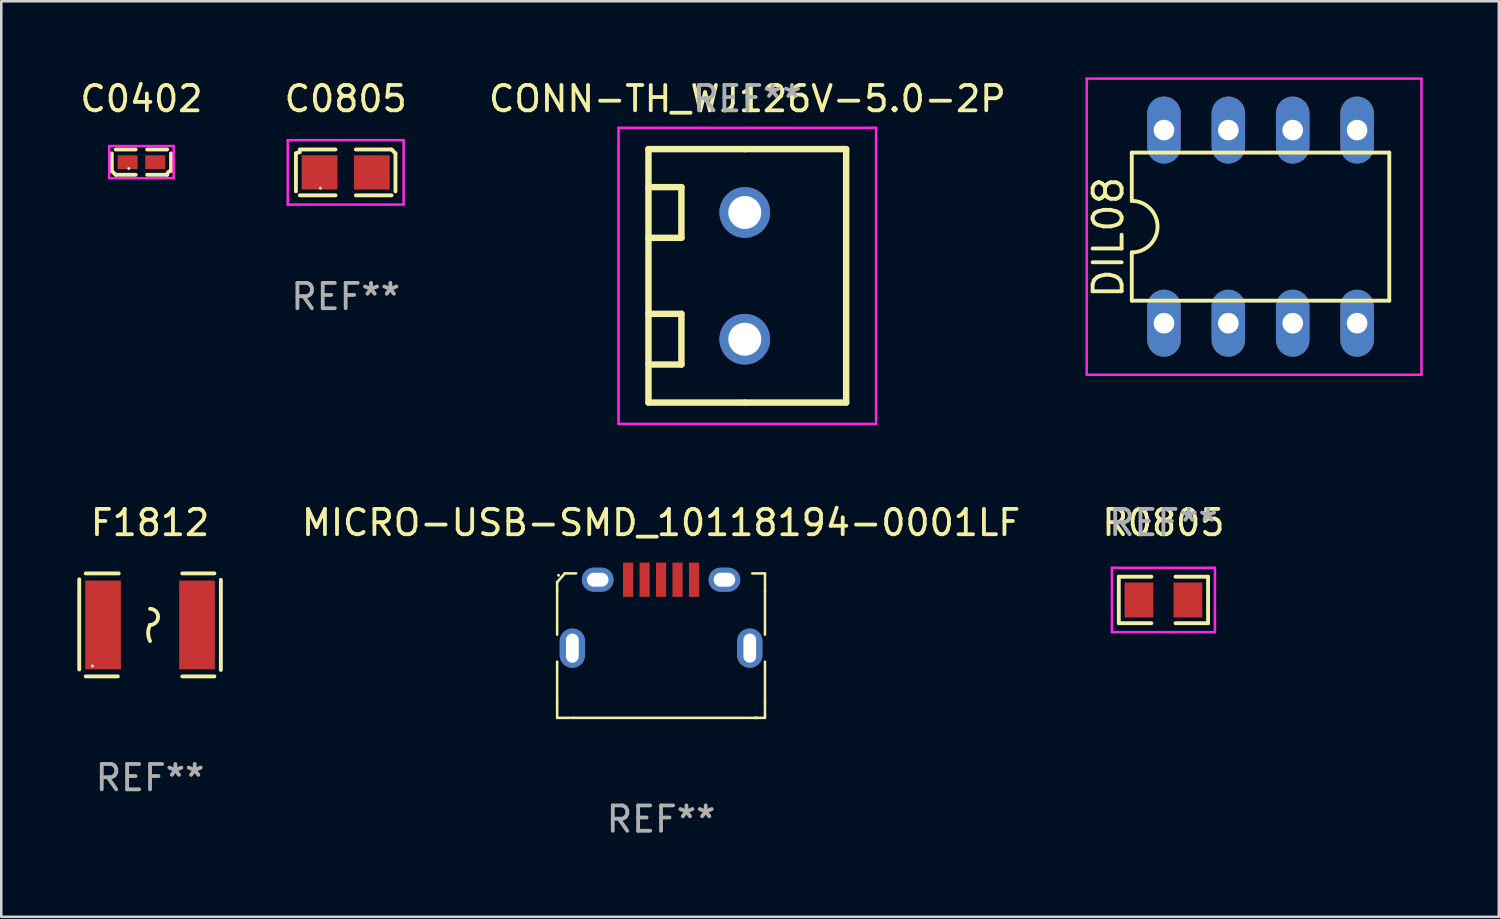
<source format=kicad_pcb>
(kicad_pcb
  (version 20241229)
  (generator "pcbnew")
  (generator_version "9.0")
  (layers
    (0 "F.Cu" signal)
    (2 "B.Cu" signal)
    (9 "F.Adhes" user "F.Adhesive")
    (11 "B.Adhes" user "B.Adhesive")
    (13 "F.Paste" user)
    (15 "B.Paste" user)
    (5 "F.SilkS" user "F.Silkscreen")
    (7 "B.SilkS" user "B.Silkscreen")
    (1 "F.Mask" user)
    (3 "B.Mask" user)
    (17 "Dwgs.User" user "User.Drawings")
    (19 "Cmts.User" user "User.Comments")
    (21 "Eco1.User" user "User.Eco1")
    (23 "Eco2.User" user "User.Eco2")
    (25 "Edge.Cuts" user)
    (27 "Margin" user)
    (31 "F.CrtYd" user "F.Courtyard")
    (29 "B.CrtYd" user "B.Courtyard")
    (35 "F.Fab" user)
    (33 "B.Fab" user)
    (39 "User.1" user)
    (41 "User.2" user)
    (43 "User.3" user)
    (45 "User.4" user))
  (footprint "DIL08"
    (layer "F.Cu")
    (at 46.684 5.892)
    (property "Reference" "DIL08" (at -5.334 2.921 90) (layer "F.SilkS") (effects (font (size 1.143 1.143) (thickness 0.152)) (justify left bottom)))
    (fp_line (start -5.08 -2.921) (end -5.08 -1.016) (stroke (width 0.152) (type solid)) (layer "F.SilkS"))
    (fp_line (start -5.08 2.921) (end -5.08 1.016) (stroke (width 0.152) (type solid)) (layer "F.SilkS"))
    (fp_line (start -5.08 2.921) (end 5.08 2.921) (stroke (width 0.152) (type solid)) (layer "F.SilkS"))
    (fp_line (start 5.08 -2.921) (end -5.08 -2.921) (stroke (width 0.152) (type solid)) (layer "F.SilkS"))
    (fp_line (start 5.08 -2.921) (end 5.08 2.921) (stroke (width 0.152) (type solid)) (layer "F.SilkS"))
    (fp_arc (start -5.08 -1.016) (mid -4.064 0) (end -5.08 1.016) (stroke (width 0.1524) (type solid)) (layer "F.SilkS"))
    (fp_line (start -6.858 -5.842) (end 6.35 -5.842) (stroke (width 0.1) (type solid)) (layer "F.CrtYd"))
    (fp_line (start -6.858 5.842) (end -6.858 -5.842) (stroke (width 0.1) (type solid)) (layer "F.CrtYd"))
    (fp_line (start 6.35 -5.842) (end 6.35 5.842) (stroke (width 0.1) (type solid)) (layer "F.CrtYd"))
    (fp_line (start 6.35 5.842) (end -6.858 5.842) (stroke (width 0.1) (type solid)) (layer "F.CrtYd"))
    (pad "1" thru_hole oval (at -3.81 3.81 90) (size 2.642 1.321) (drill 0.813) (layers "*.Cu" "*.Mask"))
    (pad "2" thru_hole oval (at -1.27 3.81 90) (size 2.642 1.321) (drill 0.813) (layers "*.Cu" "*.Mask"))
    (pad "3" thru_hole oval (at 1.27 3.81 90) (size 2.642 1.321) (drill 0.813) (layers "*.Cu" "*.Mask"))
    (pad "4" thru_hole oval (at 3.81 3.81 90) (size 2.642 1.321) (drill 0.813) (layers "*.Cu" "*.Mask"))
    (pad "5" thru_hole oval (at 3.81 -3.81 90) (size 2.642 1.321) (drill 0.813) (layers "*.Cu" "*.Mask"))
    (pad "6" thru_hole oval (at 1.27 -3.81 90) (size 2.642 1.321) (drill 0.813) (layers "*.Cu" "*.Mask"))
    (pad "7" thru_hole oval (at -1.27 -3.81 90) (size 2.642 1.321) (drill 0.813) (layers "*.Cu" "*.Mask"))
    (pad "8" thru_hole oval (at -3.81 -3.81 90) (size 2.642 1.321) (drill 0.813) (layers "*.Cu" "*.Mask")))
  (footprint "CONN-TH_WJ126V-5.0-2P"
    (layer "F.Cu")
    (at 26.335 7.833)
    (property "Reference" "CONN-TH_WJ126V-5.0-2P" (at 0.1 -6.985 0) (layer "F.SilkS") (effects (font (size 1 1) (thickness 0.15))))
    (attr through_hole)
    (fp_line (start -3.8 -5) (end 0 -5) (stroke (width 0.254) (type solid)) (layer "F.SilkS"))
    (fp_line (start -3.8 -3.5) (end -2.5 -3.5) (stroke (width 0.254) (type solid)) (layer "F.SilkS"))
    (fp_line (start -3.8 1.5) (end -2.5 1.5) (stroke (width 0.254) (type solid)) (layer "F.SilkS"))
    (fp_line (start -3.8 5) (end -3.8 -5) (stroke (width 0.254) (type solid)) (layer "F.SilkS"))
    (fp_line (start -2.5 -3.5) (end -2.5 -1.5) (stroke (width 0.254) (type solid)) (layer "F.SilkS"))
    (fp_line (start -2.5 -1.5) (end -3.8 -1.5) (stroke (width 0.254) (type solid)) (layer "F.SilkS"))
    (fp_line (start -2.5 1.5) (end -2.5 3.5) (stroke (width 0.254) (type solid)) (layer "F.SilkS"))
    (fp_line (start -2.5 3.5) (end -3.8 3.5) (stroke (width 0.254) (type solid)) (layer "F.SilkS"))
    (fp_line (start 0 -5) (end 4 -5) (stroke (width 0.254) (type solid)) (layer "F.SilkS"))
    (fp_line (start 0 5) (end -3.8 5) (stroke (width 0.254) (type solid)) (layer "F.SilkS"))
    (fp_line (start 4 -5) (end 4 5) (stroke (width 0.254) (type solid)) (layer "F.SilkS"))
    (fp_line (start 4 5) (end 0 5) (stroke (width 0.254) (type solid)) (layer "F.SilkS"))
    (fp_line (start -4.98 -5.842) (end 5.18 -5.842) (stroke (width 0.1) (type solid)) (layer "F.CrtYd"))
    (fp_line (start -4.98 5.842) (end -4.98 -5.842) (stroke (width 0.1) (type solid)) (layer "F.CrtYd"))
    (fp_line (start 5.18 -5.842) (end 5.18 5.842) (stroke (width 0.1) (type solid)) (layer "F.CrtYd"))
    (fp_line (start 5.18 5.842) (end -4.98 5.842) (stroke (width 0.1) (type solid)) (layer "F.CrtYd"))
    (fp_text user "REF**" (at 0.1 -6.985 0) (layer "F.Fab") (effects (font (size 1 1) (thickness 0.15))))
    (pad "1" thru_hole circle (at 0 -2.5) (size 2 2) (drill 1.3) (layers "*.Cu" "*.Mask"))
    (pad "2" thru_hole circle (at 0 2.501) (size 2 2) (drill 1.3) (layers "*.Cu" "*.Mask")))
  (footprint "C0402"
    (layer "F.Cu")
    (at 2.53 3.347)
    (property "Reference" "C0402" (at 0 -2.499 0) (layer "F.SilkS") (effects (font (size 1 1) (thickness 0.15))))
    (attr through_hole)
    (fp_line (start -1.169 0.346) (end -1.169 -0.346) (stroke (width 0.152) (type solid)) (layer "F.SilkS"))
    (fp_line (start -1.016 -0.499) (end -0.226 -0.499) (stroke (width 0.152) (type solid)) (layer "F.SilkS"))
    (fp_line (start -0.226 0.499) (end -1.016 0.499) (stroke (width 0.152) (type solid)) (layer "F.SilkS"))
    (fp_line (start 0.226 0.499) (end 1.016 0.499) (stroke (width 0.152) (type solid)) (layer "F.SilkS"))
    (fp_line (start 1.016 -0.499) (end 0.226 -0.499) (stroke (width 0.152) (type solid)) (layer "F.SilkS"))
    (fp_line (start 1.169 0.346) (end 1.169 -0.346) (stroke (width 0.152) (type solid)) (layer "F.SilkS"))
    (fp_arc (start -1.016307 0.498603) (mid -1.092512 0.422405) (end -1.16871 0.3462) (stroke (width 0.1524) (type solid)) (layer "F.SilkS"))
    (fp_arc (start 1.016307 0.498603) (mid 1.060899 0.390758) (end 1.168707 0.346076) (stroke (width 0.1524) (type solid)) (layer "F.SilkS"))
    (fp_circle (center -0.5 0.25) (end -0.47 0.25) (stroke (width 0.06) (type solid)) (fill no) (layer "F.SilkS"))
    (fp_line (start -1.27 -0.635) (end 1.27 -0.635) (stroke (width 0.1) (type solid)) (layer "F.CrtYd"))
    (fp_line (start -1.27 0.635) (end -1.27 -0.635) (stroke (width 0.1) (type solid)) (layer "F.CrtYd"))
    (fp_line (start 1.27 -0.635) (end 1.27 0.635) (stroke (width 0.1) (type solid)) (layer "F.CrtYd"))
    (fp_line (start 1.27 0.635) (end -1.27 0.635) (stroke (width 0.1) (type solid)) (layer "F.CrtYd"))
    (pad "1" smd rect (at -0.545 0) (size 0.79 0.54) (layers "F.Cu" "F.Mask" "F.Paste"))
    (pad "2" smd rect (at 0.545 0) (size 0.79 0.54) (layers "F.Cu" "F.Mask" "F.Paste")))
  (footprint "R0805"
    (layer "F.Cu")
    (at 42.853 20.622)
    (property "Reference" "R0805" (at 0 -3.048 0) (layer "F.SilkS") (effects (font (size 1 1) (thickness 0.15))))
    (attr through_hole)
    (fp_line (start -1.761 -0.917) (end -0.476 -0.917) (stroke (width 0.152) (type solid)) (layer "F.SilkS"))
    (fp_line (start -1.761 0.917) (end -1.761 -0.917) (stroke (width 0.152) (type solid)) (layer "F.SilkS"))
    (fp_line (start -0.476 0.917) (end -1.761 0.917) (stroke (width 0.152) (type solid)) (layer "F.SilkS"))
    (fp_line (start 0.476 0.917) (end 1.761 0.917) (stroke (width 0.152) (type solid)) (layer "F.SilkS"))
    (fp_line (start 1.761 -0.917) (end 0.476 -0.917) (stroke (width 0.152) (type solid)) (layer "F.SilkS"))
    (fp_line (start 1.761 0.917) (end 1.761 -0.917) (stroke (width 0.152) (type solid)) (layer "F.SilkS"))
    (fp_line (start -2.032 -1.27) (end 2.032 -1.27) (stroke (width 0.1) (type solid)) (layer "F.CrtYd"))
    (fp_line (start -2.032 1.27) (end -2.032 -1.27) (stroke (width 0.1) (type solid)) (layer "F.CrtYd"))
    (fp_line (start 2.032 -1.27) (end 2.032 1.27) (stroke (width 0.1) (type solid)) (layer "F.CrtYd"))
    (fp_line (start 2.032 1.27) (end -2.032 1.27) (stroke (width 0.1) (type solid)) (layer "F.CrtYd"))
    (fp_text user "REF**" (at 0 -3.048 0) (layer "F.Fab") (effects (font (size 1 1) (thickness 0.15))))
    (pad "1" smd rect (at -0.966 0) (size 1.133 1.377) (layers "F.Cu" "F.Mask" "F.Paste"))
    (pad "2" smd rect (at 0.966 0) (size 1.133 1.377) (layers "F.Cu" "F.Mask" "F.Paste")))
  (footprint "C0805"
    (layer "F.Cu")
    (at 10.589 3.752)
    (property "Reference" "C0805" (at 0 -2.904 0) (layer "F.SilkS") (effects (font (size 1 1) (thickness 0.15))))
    (attr through_hole)
    (fp_line (start -1.964 0.751) (end -1.964 -0.751) (stroke (width 0.152) (type solid)) (layer "F.SilkS"))
    (fp_line (start -1.811 -0.904) (end -0.401 -0.904) (stroke (width 0.152) (type solid)) (layer "F.SilkS"))
    (fp_line (start -0.401 0.904) (end -1.811 0.904) (stroke (width 0.152) (type solid)) (layer "F.SilkS"))
    (fp_line (start 0.401 0.904) (end 1.811 0.904) (stroke (width 0.152) (type solid)) (layer "F.SilkS"))
    (fp_line (start 1.811 -0.904) (end 0.401 -0.904) (stroke (width 0.152) (type solid)) (layer "F.SilkS"))
    (fp_line (start 1.964 0.751) (end 1.964 -0.751) (stroke (width 0.152) (type solid)) (layer "F.SilkS"))
    (fp_arc (start -1.963602 -0.751207) (mid -1.890354 -0.783131) (end -1.811201 -0.794044) (stroke (width 0.1524) (type solid)) (layer "F.SilkS"))
    (fp_arc (start 1.811202 -0.903607) (mid 1.887413 -0.827418) (end 1.963602 -0.751207) (stroke (width 0.1524) (type solid)) (layer "F.SilkS"))
    (fp_circle (center -1 0.625) (end -0.97 0.625) (stroke (width 0.06) (type solid)) (fill no) (layer "F.SilkS"))
    (fp_line (start -2.286 -1.27) (end 2.286 -1.27) (stroke (width 0.1) (type solid)) (layer "F.CrtYd"))
    (fp_line (start -2.286 1.27) (end -2.286 -1.27) (stroke (width 0.1) (type solid)) (layer "F.CrtYd"))
    (fp_line (start 2.286 -1.27) (end 2.286 1.27) (stroke (width 0.1) (type solid)) (layer "F.CrtYd"))
    (fp_line (start 2.286 1.27) (end -2.286 1.27) (stroke (width 0.1) (type solid)) (layer "F.CrtYd"))
    (fp_text user "REF**" (at 0 4.904 0) (layer "F.Fab") (effects (font (size 1 1) (thickness 0.15))))
    (pad "1" smd rect (at -1.03 0) (size 1.41 1.35) (layers "F.Cu" "F.Mask" "F.Paste"))
    (pad "2" smd rect (at 1.03 0) (size 1.41 1.35) (layers "F.Cu" "F.Mask" "F.Paste")))
  (footprint "F1812"
    (layer "F.Cu")
    (at 2.87 21.606)
    (property "Reference" "F1812" (at 0 -4.032 0) (layer "F.SilkS") (effects (font (size 1 1) (thickness 0.15))))
    (attr through_hole)
    (fp_line (start -2.794 -1.798) (end -2.794 1.758) (stroke (width 0.152) (type solid)) (layer "F.SilkS"))
    (fp_line (start -2.54 -2.032) (end -1.235 -2.032) (stroke (width 0.152) (type solid)) (layer "F.SilkS"))
    (fp_line (start -1.27 2.032) (end -2.54 2.032) (stroke (width 0.152) (type solid)) (layer "F.SilkS"))
    (fp_line (start 1.27 2.032) (end 2.54 2.032) (stroke (width 0.152) (type solid)) (layer "F.SilkS"))
    (fp_line (start 2.54 -2.032) (end 1.27 -2.032) (stroke (width 0.152) (type solid)) (layer "F.SilkS"))
    (fp_line (start 2.794 -1.778) (end 2.794 1.778) (stroke (width 0.152) (type solid)) (layer "F.SilkS"))
    (fp_arc (start 0 -0.635002) (mid 0.317501 -0.317501) (end 0 0) (stroke (width 0.151994) (type solid)) (layer "F.SilkS"))
    (fp_arc (start 0 0.635001) (mid -0.074951 0.317501) (end 0 0) (stroke (width 0.151994) (type solid)) (layer "F.SilkS"))
    (fp_circle (center -2.275 1.62) (end -2.245 1.62) (stroke (width 0.06) (type solid)) (fill no) (layer "F.SilkS"))
    (fp_text user "REF**" (at 0 6.032 0) (layer "F.Fab") (effects (font (size 1 1) (thickness 0.15))))
    (pad "1" smd rect (at -1.853 0) (size 1.407 3.499) (layers "F.Cu" "F.Mask" "F.Paste"))
    (pad "2" smd rect (at 1.853 0) (size 1.407 3.499) (layers "F.Cu" "F.Mask" "F.Paste")))
  (footprint "MICRO-USB-SMD_10118194-0001LF"
    (layer "F.Cu")
    (at 23.032 22.423)
    (property "Reference" "MICRO-USB-SMD_10118194-0001LF" (at 0 -4.85 0) (layer "F.SilkS") (effects (font (size 1 1) (thickness 0.15))))
    (attr through_hole)
    (fp_line (start -4.1 -2.502) (end -4.1 -2.202) (stroke (width 0.1) (type solid)) (layer "F.SilkS"))
    (fp_line (start -4.1 -0.433) (end -4.1 -2.202) (stroke (width 0.1) (type solid)) (layer "F.SilkS"))
    (fp_line (start -4.1 2.299) (end -4.1 0.631) (stroke (width 0.1) (type solid)) (layer "F.SilkS"))
    (fp_line (start -4.1 2.299) (end -4.1 2.85) (stroke (width 0.1) (type solid)) (layer "F.SilkS"))
    (fp_line (start -4.1 2.85) (end -3.449 2.85) (stroke (width 0.1) (type solid)) (layer "F.SilkS"))
    (fp_line (start -3.8 -2.85) (end -4.1 -2.502) (stroke (width 0.1) (type solid)) (layer "F.SilkS"))
    (fp_line (start -3.449 2.85) (end 3.81 2.85) (stroke (width 0.1) (type solid)) (layer "F.SilkS"))
    (fp_line (start -3.35 -2.85) (end -3.8 -2.85) (stroke (width 0.1) (type solid)) (layer "F.SilkS"))
    (fp_line (start 3.599 -2.85) (end 4.1 -2.85) (stroke (width 0.1) (type solid)) (layer "F.SilkS"))
    (fp_line (start 4.1 -2.85) (end 4.1 -2.151) (stroke (width 0.1) (type solid)) (layer "F.SilkS"))
    (fp_line (start 4.1 -0.434) (end 4.1 -2.151) (stroke (width 0.1) (type solid)) (layer "F.SilkS"))
    (fp_line (start 4.1 2.248) (end 4.1 0.632) (stroke (width 0.1) (type solid)) (layer "F.SilkS"))
    (fp_line (start 4.1 2.248) (end 4.1 2.85) (stroke (width 0.1) (type solid)) (layer "F.SilkS"))
    (fp_line (start 4.1 2.85) (end 3.701 2.85) (stroke (width 0.1) (type solid)) (layer "F.SilkS"))
    (fp_circle (center -4.045 -2.774) (end -4.015 -2.774) (stroke (width 0.06) (type solid)) (fill no) (layer "F.SilkS"))
    (fp_text user "REF**" (at 0 6.85 0) (layer "F.Fab") (effects (font (size 1 1) (thickness 0.15))))
    (pad "1" smd rect (at -1.3 -2.601) (size 0.4 1.35) (layers "F.Cu" "F.Mask" "F.Paste"))
    (pad "2" smd rect (at -0.65 -2.601) (size 0.4 1.35) (layers "F.Cu" "F.Mask" "F.Paste"))
    (pad "3" smd rect (at 0 -2.601) (size 0.4 1.35) (layers "F.Cu" "F.Mask" "F.Paste"))
    (pad "4" smd rect (at 0.65 -2.601) (size 0.4 1.35) (layers "F.Cu" "F.Mask" "F.Paste"))
    (pad "5" smd rect (at 1.3 -2.601) (size 0.4 1.35) (layers "F.Cu" "F.Mask" "F.Paste"))
    (pad "6" thru_hole oval (at -3.5 0.099) (size 1 1.55) (drill oval 0.5 1.15) (layers "*.Cu" "*.Mask"))
    (pad "6" thru_hole oval (at -2.5 -2.601) (size 1.25 0.95) (drill oval 0.85 0.55) (layers "*.Cu" "*.Mask"))
    (pad "6" thru_hole oval (at 2.5 -2.601) (size 1.25 0.95) (drill oval 0.85 0.55) (layers "*.Cu" "*.Mask"))
    (pad "6" thru_hole oval (at 3.5 0.099) (size 1 1.55) (drill oval 0.5 1.15) (layers "*.Cu" "*.Mask")))
  (gr_rect
    (start -3 -3)
    (end 56.084 33.122)
    (stroke (width 0.1) (type default))
    (fill no)
    (layer "Edge.Cuts")))
</source>
